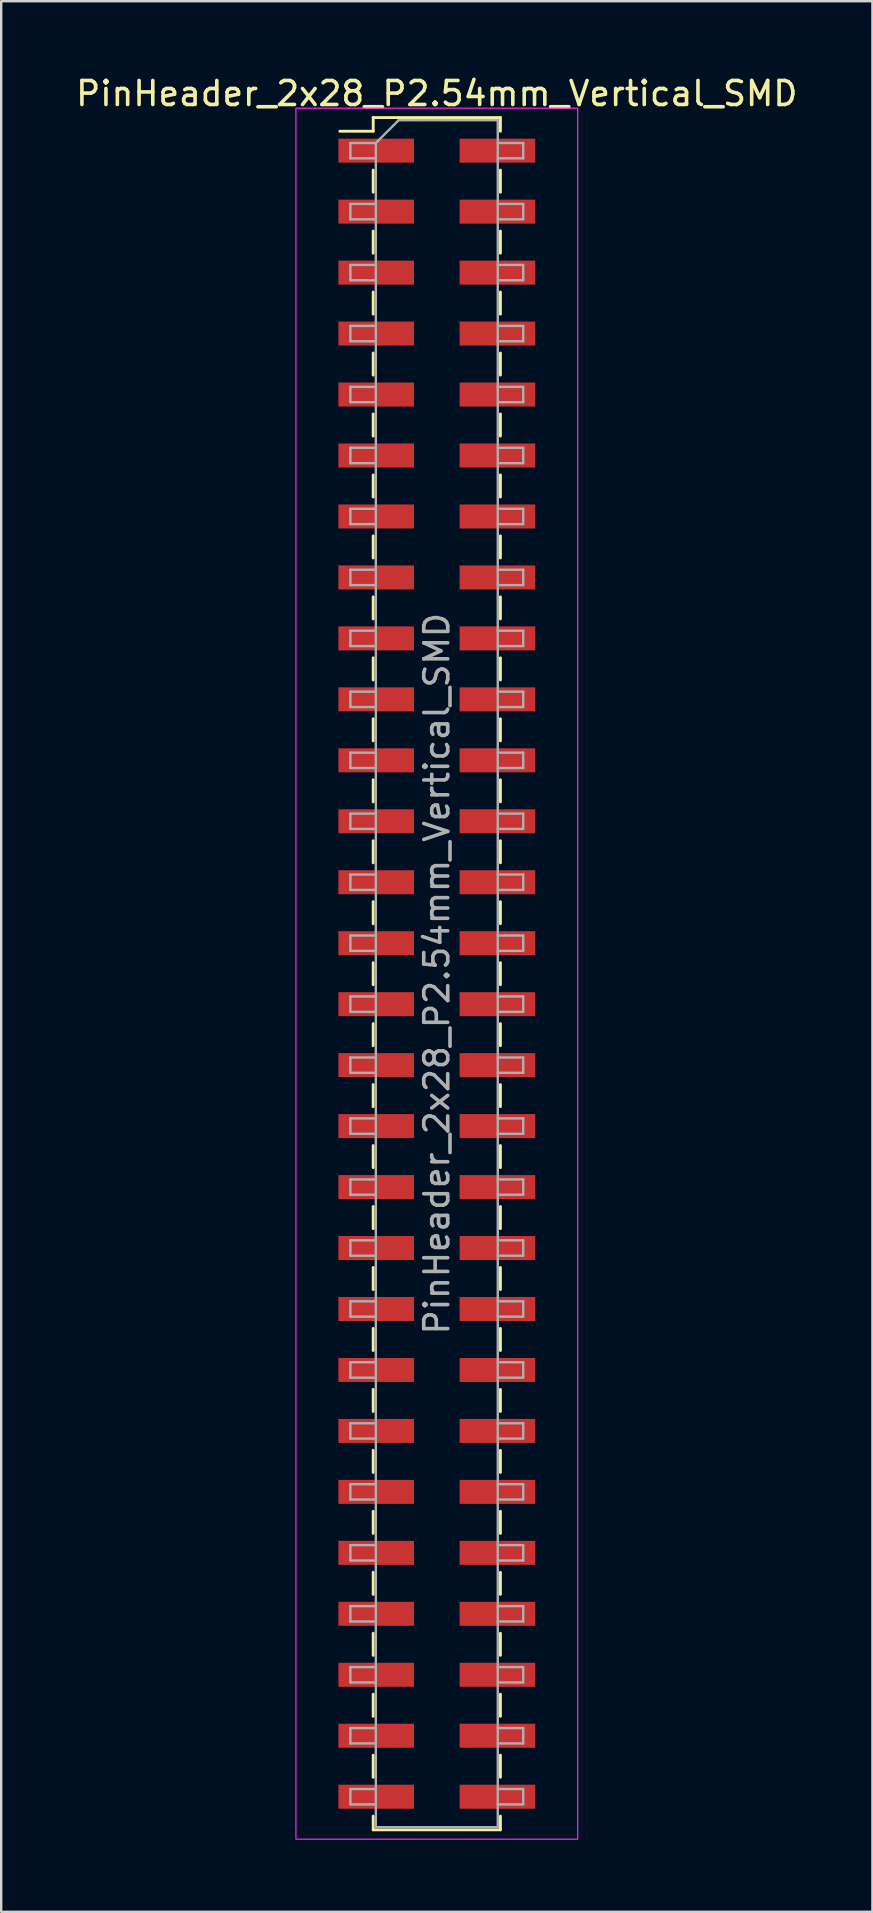
<source format=kicad_pcb>
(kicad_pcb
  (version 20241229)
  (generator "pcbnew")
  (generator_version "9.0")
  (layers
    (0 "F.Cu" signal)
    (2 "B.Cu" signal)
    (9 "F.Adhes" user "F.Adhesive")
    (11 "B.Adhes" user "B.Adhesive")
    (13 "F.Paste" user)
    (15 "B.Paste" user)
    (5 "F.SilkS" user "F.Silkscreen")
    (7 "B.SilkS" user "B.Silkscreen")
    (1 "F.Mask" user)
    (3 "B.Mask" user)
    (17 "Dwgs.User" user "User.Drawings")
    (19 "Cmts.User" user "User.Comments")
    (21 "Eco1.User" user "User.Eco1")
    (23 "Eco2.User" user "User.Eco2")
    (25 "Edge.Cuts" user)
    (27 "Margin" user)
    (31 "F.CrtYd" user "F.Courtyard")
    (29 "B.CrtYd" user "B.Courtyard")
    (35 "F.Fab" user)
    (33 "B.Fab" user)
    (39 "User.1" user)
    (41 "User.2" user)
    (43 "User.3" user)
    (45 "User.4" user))
  (footprint "PinHeader_2x28_P2.54mm_Vertical_SMD"
    (layer "F.Cu")
    (at 15.149 37.518)
    (property "Reference" "PinHeader_2x28_P2.54mm_Vertical_SMD" (at 0 -36.67 0) (layer "F.SilkS") (effects (font (size 1 1) (thickness 0.15))))
    (attr smd)
    (fp_line (start -4.04 -35.1) (end -2.65 -35.1) (stroke (width 0.12) (type solid)) (layer "F.SilkS"))
    (fp_line (start -2.65 -35.67) (end -2.65 -35.1) (stroke (width 0.12) (type solid)) (layer "F.SilkS"))
    (fp_line (start -2.65 -35.67) (end 2.65 -35.67) (stroke (width 0.12) (type solid)) (layer "F.SilkS"))
    (fp_line (start -2.65 -33.48) (end -2.65 -32.56) (stroke (width 0.12) (type solid)) (layer "F.SilkS"))
    (fp_line (start -2.65 -30.94) (end -2.65 -30.02) (stroke (width 0.12) (type solid)) (layer "F.SilkS"))
    (fp_line (start -2.65 -28.4) (end -2.65 -27.48) (stroke (width 0.12) (type solid)) (layer "F.SilkS"))
    (fp_line (start -2.65 -25.86) (end -2.65 -24.94) (stroke (width 0.12) (type solid)) (layer "F.SilkS"))
    (fp_line (start -2.65 -23.32) (end -2.65 -22.4) (stroke (width 0.12) (type solid)) (layer "F.SilkS"))
    (fp_line (start -2.65 -20.78) (end -2.65 -19.86) (stroke (width 0.12) (type solid)) (layer "F.SilkS"))
    (fp_line (start -2.65 -18.24) (end -2.65 -17.32) (stroke (width 0.12) (type solid)) (layer "F.SilkS"))
    (fp_line (start -2.65 -15.7) (end -2.65 -14.78) (stroke (width 0.12) (type solid)) (layer "F.SilkS"))
    (fp_line (start -2.65 -13.16) (end -2.65 -12.24) (stroke (width 0.12) (type solid)) (layer "F.SilkS"))
    (fp_line (start -2.65 -10.62) (end -2.65 -9.7) (stroke (width 0.12) (type solid)) (layer "F.SilkS"))
    (fp_line (start -2.65 -8.08) (end -2.65 -7.16) (stroke (width 0.12) (type solid)) (layer "F.SilkS"))
    (fp_line (start -2.65 -5.54) (end -2.65 -4.62) (stroke (width 0.12) (type solid)) (layer "F.SilkS"))
    (fp_line (start -2.65 -3) (end -2.65 -2.08) (stroke (width 0.12) (type solid)) (layer "F.SilkS"))
    (fp_line (start -2.65 -0.46) (end -2.65 0.46) (stroke (width 0.12) (type solid)) (layer "F.SilkS"))
    (fp_line (start -2.65 2.08) (end -2.65 3) (stroke (width 0.12) (type solid)) (layer "F.SilkS"))
    (fp_line (start -2.65 4.62) (end -2.65 5.54) (stroke (width 0.12) (type solid)) (layer "F.SilkS"))
    (fp_line (start -2.65 7.16) (end -2.65 8.08) (stroke (width 0.12) (type solid)) (layer "F.SilkS"))
    (fp_line (start -2.65 9.7) (end -2.65 10.62) (stroke (width 0.12) (type solid)) (layer "F.SilkS"))
    (fp_line (start -2.65 12.24) (end -2.65 13.16) (stroke (width 0.12) (type solid)) (layer "F.SilkS"))
    (fp_line (start -2.65 14.78) (end -2.65 15.7) (stroke (width 0.12) (type solid)) (layer "F.SilkS"))
    (fp_line (start -2.65 17.32) (end -2.65 18.24) (stroke (width 0.12) (type solid)) (layer "F.SilkS"))
    (fp_line (start -2.65 19.86) (end -2.65 20.78) (stroke (width 0.12) (type solid)) (layer "F.SilkS"))
    (fp_line (start -2.65 22.4) (end -2.65 23.32) (stroke (width 0.12) (type solid)) (layer "F.SilkS"))
    (fp_line (start -2.65 24.94) (end -2.65 25.86) (stroke (width 0.12) (type solid)) (layer "F.SilkS"))
    (fp_line (start -2.65 27.48) (end -2.65 28.4) (stroke (width 0.12) (type solid)) (layer "F.SilkS"))
    (fp_line (start -2.65 30.02) (end -2.65 30.94) (stroke (width 0.12) (type solid)) (layer "F.SilkS"))
    (fp_line (start -2.65 32.56) (end -2.65 33.48) (stroke (width 0.12) (type solid)) (layer "F.SilkS"))
    (fp_line (start -2.65 35.1) (end -2.65 35.67) (stroke (width 0.12) (type solid)) (layer "F.SilkS"))
    (fp_line (start -2.65 35.67) (end 2.65 35.67) (stroke (width 0.12) (type solid)) (layer "F.SilkS"))
    (fp_line (start 2.65 -35.67) (end 2.65 -35.1) (stroke (width 0.12) (type solid)) (layer "F.SilkS"))
    (fp_line (start 2.65 -33.48) (end 2.65 -32.56) (stroke (width 0.12) (type solid)) (layer "F.SilkS"))
    (fp_line (start 2.65 -30.94) (end 2.65 -30.02) (stroke (width 0.12) (type solid)) (layer "F.SilkS"))
    (fp_line (start 2.65 -28.4) (end 2.65 -27.48) (stroke (width 0.12) (type solid)) (layer "F.SilkS"))
    (fp_line (start 2.65 -25.86) (end 2.65 -24.94) (stroke (width 0.12) (type solid)) (layer "F.SilkS"))
    (fp_line (start 2.65 -23.32) (end 2.65 -22.4) (stroke (width 0.12) (type solid)) (layer "F.SilkS"))
    (fp_line (start 2.65 -20.78) (end 2.65 -19.86) (stroke (width 0.12) (type solid)) (layer "F.SilkS"))
    (fp_line (start 2.65 -18.24) (end 2.65 -17.32) (stroke (width 0.12) (type solid)) (layer "F.SilkS"))
    (fp_line (start 2.65 -15.7) (end 2.65 -14.78) (stroke (width 0.12) (type solid)) (layer "F.SilkS"))
    (fp_line (start 2.65 -13.16) (end 2.65 -12.24) (stroke (width 0.12) (type solid)) (layer "F.SilkS"))
    (fp_line (start 2.65 -10.62) (end 2.65 -9.7) (stroke (width 0.12) (type solid)) (layer "F.SilkS"))
    (fp_line (start 2.65 -8.08) (end 2.65 -7.16) (stroke (width 0.12) (type solid)) (layer "F.SilkS"))
    (fp_line (start 2.65 -5.54) (end 2.65 -4.62) (stroke (width 0.12) (type solid)) (layer "F.SilkS"))
    (fp_line (start 2.65 -3) (end 2.65 -2.08) (stroke (width 0.12) (type solid)) (layer "F.SilkS"))
    (fp_line (start 2.65 -0.46) (end 2.65 0.46) (stroke (width 0.12) (type solid)) (layer "F.SilkS"))
    (fp_line (start 2.65 2.08) (end 2.65 3) (stroke (width 0.12) (type solid)) (layer "F.SilkS"))
    (fp_line (start 2.65 4.62) (end 2.65 5.54) (stroke (width 0.12) (type solid)) (layer "F.SilkS"))
    (fp_line (start 2.65 7.16) (end 2.65 8.08) (stroke (width 0.12) (type solid)) (layer "F.SilkS"))
    (fp_line (start 2.65 9.7) (end 2.65 10.62) (stroke (width 0.12) (type solid)) (layer "F.SilkS"))
    (fp_line (start 2.65 12.24) (end 2.65 13.16) (stroke (width 0.12) (type solid)) (layer "F.SilkS"))
    (fp_line (start 2.65 14.78) (end 2.65 15.7) (stroke (width 0.12) (type solid)) (layer "F.SilkS"))
    (fp_line (start 2.65 17.32) (end 2.65 18.24) (stroke (width 0.12) (type solid)) (layer "F.SilkS"))
    (fp_line (start 2.65 19.86) (end 2.65 20.78) (stroke (width 0.12) (type solid)) (layer "F.SilkS"))
    (fp_line (start 2.65 22.4) (end 2.65 23.32) (stroke (width 0.12) (type solid)) (layer "F.SilkS"))
    (fp_line (start 2.65 24.94) (end 2.65 25.86) (stroke (width 0.12) (type solid)) (layer "F.SilkS"))
    (fp_line (start 2.65 27.48) (end 2.65 28.4) (stroke (width 0.12) (type solid)) (layer "F.SilkS"))
    (fp_line (start 2.65 30.02) (end 2.65 30.94) (stroke (width 0.12) (type solid)) (layer "F.SilkS"))
    (fp_line (start 2.65 32.56) (end 2.65 33.48) (stroke (width 0.12) (type solid)) (layer "F.SilkS"))
    (fp_line (start 2.65 35.1) (end 2.65 35.67) (stroke (width 0.12) (type solid)) (layer "F.SilkS"))
    (fp_rect (start -5.87 -36.06) (end 5.87 36.06) (stroke (width 0.05) (type solid)) (fill no) (layer "F.CrtYd"))
    (fp_line (start -3.6 -34.61) (end -3.6 -33.97) (stroke (width 0.1) (type solid)) (layer "F.Fab"))
    (fp_line (start -3.6 -33.97) (end -2.54 -33.97) (stroke (width 0.1) (type solid)) (layer "F.Fab"))
    (fp_line (start -3.6 -32.07) (end -3.6 -31.43) (stroke (width 0.1) (type solid)) (layer "F.Fab"))
    (fp_line (start -3.6 -31.43) (end -2.54 -31.43) (stroke (width 0.1) (type solid)) (layer "F.Fab"))
    (fp_line (start -3.6 -29.53) (end -3.6 -28.89) (stroke (width 0.1) (type solid)) (layer "F.Fab"))
    (fp_line (start -3.6 -28.89) (end -2.54 -28.89) (stroke (width 0.1) (type solid)) (layer "F.Fab"))
    (fp_line (start -3.6 -26.99) (end -3.6 -26.35) (stroke (width 0.1) (type solid)) (layer "F.Fab"))
    (fp_line (start -3.6 -26.35) (end -2.54 -26.35) (stroke (width 0.1) (type solid)) (layer "F.Fab"))
    (fp_line (start -3.6 -24.45) (end -3.6 -23.81) (stroke (width 0.1) (type solid)) (layer "F.Fab"))
    (fp_line (start -3.6 -23.81) (end -2.54 -23.81) (stroke (width 0.1) (type solid)) (layer "F.Fab"))
    (fp_line (start -3.6 -21.91) (end -3.6 -21.27) (stroke (width 0.1) (type solid)) (layer "F.Fab"))
    (fp_line (start -3.6 -21.27) (end -2.54 -21.27) (stroke (width 0.1) (type solid)) (layer "F.Fab"))
    (fp_line (start -3.6 -19.37) (end -3.6 -18.73) (stroke (width 0.1) (type solid)) (layer "F.Fab"))
    (fp_line (start -3.6 -18.73) (end -2.54 -18.73) (stroke (width 0.1) (type solid)) (layer "F.Fab"))
    (fp_line (start -3.6 -16.83) (end -3.6 -16.19) (stroke (width 0.1) (type solid)) (layer "F.Fab"))
    (fp_line (start -3.6 -16.19) (end -2.54 -16.19) (stroke (width 0.1) (type solid)) (layer "F.Fab"))
    (fp_line (start -3.6 -14.29) (end -3.6 -13.65) (stroke (width 0.1) (type solid)) (layer "F.Fab"))
    (fp_line (start -3.6 -13.65) (end -2.54 -13.65) (stroke (width 0.1) (type solid)) (layer "F.Fab"))
    (fp_line (start -3.6 -11.75) (end -3.6 -11.11) (stroke (width 0.1) (type solid)) (layer "F.Fab"))
    (fp_line (start -3.6 -11.11) (end -2.54 -11.11) (stroke (width 0.1) (type solid)) (layer "F.Fab"))
    (fp_line (start -3.6 -9.21) (end -3.6 -8.57) (stroke (width 0.1) (type solid)) (layer "F.Fab"))
    (fp_line (start -3.6 -8.57) (end -2.54 -8.57) (stroke (width 0.1) (type solid)) (layer "F.Fab"))
    (fp_line (start -3.6 -6.67) (end -3.6 -6.03) (stroke (width 0.1) (type solid)) (layer "F.Fab"))
    (fp_line (start -3.6 -6.03) (end -2.54 -6.03) (stroke (width 0.1) (type solid)) (layer "F.Fab"))
    (fp_line (start -3.6 -4.13) (end -3.6 -3.49) (stroke (width 0.1) (type solid)) (layer "F.Fab"))
    (fp_line (start -3.6 -3.49) (end -2.54 -3.49) (stroke (width 0.1) (type solid)) (layer "F.Fab"))
    (fp_line (start -3.6 -1.59) (end -3.6 -0.95) (stroke (width 0.1) (type solid)) (layer "F.Fab"))
    (fp_line (start -3.6 -0.95) (end -2.54 -0.95) (stroke (width 0.1) (type solid)) (layer "F.Fab"))
    (fp_line (start -3.6 0.95) (end -3.6 1.59) (stroke (width 0.1) (type solid)) (layer "F.Fab"))
    (fp_line (start -3.6 1.59) (end -2.54 1.59) (stroke (width 0.1) (type solid)) (layer "F.Fab"))
    (fp_line (start -3.6 3.49) (end -3.6 4.13) (stroke (width 0.1) (type solid)) (layer "F.Fab"))
    (fp_line (start -3.6 4.13) (end -2.54 4.13) (stroke (width 0.1) (type solid)) (layer "F.Fab"))
    (fp_line (start -3.6 6.03) (end -3.6 6.67) (stroke (width 0.1) (type solid)) (layer "F.Fab"))
    (fp_line (start -3.6 6.67) (end -2.54 6.67) (stroke (width 0.1) (type solid)) (layer "F.Fab"))
    (fp_line (start -3.6 8.57) (end -3.6 9.21) (stroke (width 0.1) (type solid)) (layer "F.Fab"))
    (fp_line (start -3.6 9.21) (end -2.54 9.21) (stroke (width 0.1) (type solid)) (layer "F.Fab"))
    (fp_line (start -3.6 11.11) (end -3.6 11.75) (stroke (width 0.1) (type solid)) (layer "F.Fab"))
    (fp_line (start -3.6 11.75) (end -2.54 11.75) (stroke (width 0.1) (type solid)) (layer "F.Fab"))
    (fp_line (start -3.6 13.65) (end -3.6 14.29) (stroke (width 0.1) (type solid)) (layer "F.Fab"))
    (fp_line (start -3.6 14.29) (end -2.54 14.29) (stroke (width 0.1) (type solid)) (layer "F.Fab"))
    (fp_line (start -3.6 16.19) (end -3.6 16.83) (stroke (width 0.1) (type solid)) (layer "F.Fab"))
    (fp_line (start -3.6 16.83) (end -2.54 16.83) (stroke (width 0.1) (type solid)) (layer "F.Fab"))
    (fp_line (start -3.6 18.73) (end -3.6 19.37) (stroke (width 0.1) (type solid)) (layer "F.Fab"))
    (fp_line (start -3.6 19.37) (end -2.54 19.37) (stroke (width 0.1) (type solid)) (layer "F.Fab"))
    (fp_line (start -3.6 21.27) (end -3.6 21.91) (stroke (width 0.1) (type solid)) (layer "F.Fab"))
    (fp_line (start -3.6 21.91) (end -2.54 21.91) (stroke (width 0.1) (type solid)) (layer "F.Fab"))
    (fp_line (start -3.6 23.81) (end -3.6 24.45) (stroke (width 0.1) (type solid)) (layer "F.Fab"))
    (fp_line (start -3.6 24.45) (end -2.54 24.45) (stroke (width 0.1) (type solid)) (layer "F.Fab"))
    (fp_line (start -3.6 26.35) (end -3.6 26.99) (stroke (width 0.1) (type solid)) (layer "F.Fab"))
    (fp_line (start -3.6 26.99) (end -2.54 26.99) (stroke (width 0.1) (type solid)) (layer "F.Fab"))
    (fp_line (start -3.6 28.89) (end -3.6 29.53) (stroke (width 0.1) (type solid)) (layer "F.Fab"))
    (fp_line (start -3.6 29.53) (end -2.54 29.53) (stroke (width 0.1) (type solid)) (layer "F.Fab"))
    (fp_line (start -3.6 31.43) (end -3.6 32.07) (stroke (width 0.1) (type solid)) (layer "F.Fab"))
    (fp_line (start -3.6 32.07) (end -2.54 32.07) (stroke (width 0.1) (type solid)) (layer "F.Fab"))
    (fp_line (start -3.6 33.97) (end -3.6 34.61) (stroke (width 0.1) (type solid)) (layer "F.Fab"))
    (fp_line (start -3.6 34.61) (end -2.54 34.61) (stroke (width 0.1) (type solid)) (layer "F.Fab"))
    (fp_line (start -2.54 -34.61) (end -3.6 -34.61) (stroke (width 0.1) (type solid)) (layer "F.Fab"))
    (fp_line (start -2.54 -34.61) (end -1.59 -35.56) (stroke (width 0.1) (type solid)) (layer "F.Fab"))
    (fp_line (start -2.54 -32.07) (end -3.6 -32.07) (stroke (width 0.1) (type solid)) (layer "F.Fab"))
    (fp_line (start -2.54 -29.53) (end -3.6 -29.53) (stroke (width 0.1) (type solid)) (layer "F.Fab"))
    (fp_line (start -2.54 -26.99) (end -3.6 -26.99) (stroke (width 0.1) (type solid)) (layer "F.Fab"))
    (fp_line (start -2.54 -24.45) (end -3.6 -24.45) (stroke (width 0.1) (type solid)) (layer "F.Fab"))
    (fp_line (start -2.54 -21.91) (end -3.6 -21.91) (stroke (width 0.1) (type solid)) (layer "F.Fab"))
    (fp_line (start -2.54 -19.37) (end -3.6 -19.37) (stroke (width 0.1) (type solid)) (layer "F.Fab"))
    (fp_line (start -2.54 -16.83) (end -3.6 -16.83) (stroke (width 0.1) (type solid)) (layer "F.Fab"))
    (fp_line (start -2.54 -14.29) (end -3.6 -14.29) (stroke (width 0.1) (type solid)) (layer "F.Fab"))
    (fp_line (start -2.54 -11.75) (end -3.6 -11.75) (stroke (width 0.1) (type solid)) (layer "F.Fab"))
    (fp_line (start -2.54 -9.21) (end -3.6 -9.21) (stroke (width 0.1) (type solid)) (layer "F.Fab"))
    (fp_line (start -2.54 -6.67) (end -3.6 -6.67) (stroke (width 0.1) (type solid)) (layer "F.Fab"))
    (fp_line (start -2.54 -4.13) (end -3.6 -4.13) (stroke (width 0.1) (type solid)) (layer "F.Fab"))
    (fp_line (start -2.54 -1.59) (end -3.6 -1.59) (stroke (width 0.1) (type solid)) (layer "F.Fab"))
    (fp_line (start -2.54 0.95) (end -3.6 0.95) (stroke (width 0.1) (type solid)) (layer "F.Fab"))
    (fp_line (start -2.54 3.49) (end -3.6 3.49) (stroke (width 0.1) (type solid)) (layer "F.Fab"))
    (fp_line (start -2.54 6.03) (end -3.6 6.03) (stroke (width 0.1) (type solid)) (layer "F.Fab"))
    (fp_line (start -2.54 8.57) (end -3.6 8.57) (stroke (width 0.1) (type solid)) (layer "F.Fab"))
    (fp_line (start -2.54 11.11) (end -3.6 11.11) (stroke (width 0.1) (type solid)) (layer "F.Fab"))
    (fp_line (start -2.54 13.65) (end -3.6 13.65) (stroke (width 0.1) (type solid)) (layer "F.Fab"))
    (fp_line (start -2.54 16.19) (end -3.6 16.19) (stroke (width 0.1) (type solid)) (layer "F.Fab"))
    (fp_line (start -2.54 18.73) (end -3.6 18.73) (stroke (width 0.1) (type solid)) (layer "F.Fab"))
    (fp_line (start -2.54 21.27) (end -3.6 21.27) (stroke (width 0.1) (type solid)) (layer "F.Fab"))
    (fp_line (start -2.54 23.81) (end -3.6 23.81) (stroke (width 0.1) (type solid)) (layer "F.Fab"))
    (fp_line (start -2.54 26.35) (end -3.6 26.35) (stroke (width 0.1) (type solid)) (layer "F.Fab"))
    (fp_line (start -2.54 28.89) (end -3.6 28.89) (stroke (width 0.1) (type solid)) (layer "F.Fab"))
    (fp_line (start -2.54 31.43) (end -3.6 31.43) (stroke (width 0.1) (type solid)) (layer "F.Fab"))
    (fp_line (start -2.54 33.97) (end -3.6 33.97) (stroke (width 0.1) (type solid)) (layer "F.Fab"))
    (fp_line (start -2.54 35.56) (end -2.54 -34.61) (stroke (width 0.1) (type solid)) (layer "F.Fab"))
    (fp_line (start -1.59 -35.56) (end 2.54 -35.56) (stroke (width 0.1) (type solid)) (layer "F.Fab"))
    (fp_line (start 2.54 -35.56) (end 2.54 35.56) (stroke (width 0.1) (type solid)) (layer "F.Fab"))
    (fp_line (start 2.54 -34.61) (end 3.6 -34.61) (stroke (width 0.1) (type solid)) (layer "F.Fab"))
    (fp_line (start 2.54 -32.07) (end 3.6 -32.07) (stroke (width 0.1) (type solid)) (layer "F.Fab"))
    (fp_line (start 2.54 -29.53) (end 3.6 -29.53) (stroke (width 0.1) (type solid)) (layer "F.Fab"))
    (fp_line (start 2.54 -26.99) (end 3.6 -26.99) (stroke (width 0.1) (type solid)) (layer "F.Fab"))
    (fp_line (start 2.54 -24.45) (end 3.6 -24.45) (stroke (width 0.1) (type solid)) (layer "F.Fab"))
    (fp_line (start 2.54 -21.91) (end 3.6 -21.91) (stroke (width 0.1) (type solid)) (layer "F.Fab"))
    (fp_line (start 2.54 -19.37) (end 3.6 -19.37) (stroke (width 0.1) (type solid)) (layer "F.Fab"))
    (fp_line (start 2.54 -16.83) (end 3.6 -16.83) (stroke (width 0.1) (type solid)) (layer "F.Fab"))
    (fp_line (start 2.54 -14.29) (end 3.6 -14.29) (stroke (width 0.1) (type solid)) (layer "F.Fab"))
    (fp_line (start 2.54 -11.75) (end 3.6 -11.75) (stroke (width 0.1) (type solid)) (layer "F.Fab"))
    (fp_line (start 2.54 -9.21) (end 3.6 -9.21) (stroke (width 0.1) (type solid)) (layer "F.Fab"))
    (fp_line (start 2.54 -6.67) (end 3.6 -6.67) (stroke (width 0.1) (type solid)) (layer "F.Fab"))
    (fp_line (start 2.54 -4.13) (end 3.6 -4.13) (stroke (width 0.1) (type solid)) (layer "F.Fab"))
    (fp_line (start 2.54 -1.59) (end 3.6 -1.59) (stroke (width 0.1) (type solid)) (layer "F.Fab"))
    (fp_line (start 2.54 0.95) (end 3.6 0.95) (stroke (width 0.1) (type solid)) (layer "F.Fab"))
    (fp_line (start 2.54 3.49) (end 3.6 3.49) (stroke (width 0.1) (type solid)) (layer "F.Fab"))
    (fp_line (start 2.54 6.03) (end 3.6 6.03) (stroke (width 0.1) (type solid)) (layer "F.Fab"))
    (fp_line (start 2.54 8.57) (end 3.6 8.57) (stroke (width 0.1) (type solid)) (layer "F.Fab"))
    (fp_line (start 2.54 11.11) (end 3.6 11.11) (stroke (width 0.1) (type solid)) (layer "F.Fab"))
    (fp_line (start 2.54 13.65) (end 3.6 13.65) (stroke (width 0.1) (type solid)) (layer "F.Fab"))
    (fp_line (start 2.54 16.19) (end 3.6 16.19) (stroke (width 0.1) (type solid)) (layer "F.Fab"))
    (fp_line (start 2.54 18.73) (end 3.6 18.73) (stroke (width 0.1) (type solid)) (layer "F.Fab"))
    (fp_line (start 2.54 21.27) (end 3.6 21.27) (stroke (width 0.1) (type solid)) (layer "F.Fab"))
    (fp_line (start 2.54 23.81) (end 3.6 23.81) (stroke (width 0.1) (type solid)) (layer "F.Fab"))
    (fp_line (start 2.54 26.35) (end 3.6 26.35) (stroke (width 0.1) (type solid)) (layer "F.Fab"))
    (fp_line (start 2.54 28.89) (end 3.6 28.89) (stroke (width 0.1) (type solid)) (layer "F.Fab"))
    (fp_line (start 2.54 31.43) (end 3.6 31.43) (stroke (width 0.1) (type solid)) (layer "F.Fab"))
    (fp_line (start 2.54 33.97) (end 3.6 33.97) (stroke (width 0.1) (type solid)) (layer "F.Fab"))
    (fp_line (start 2.54 35.56) (end -2.54 35.56) (stroke (width 0.1) (type solid)) (layer "F.Fab"))
    (fp_line (start 3.6 -34.61) (end 3.6 -33.97) (stroke (width 0.1) (type solid)) (layer "F.Fab"))
    (fp_line (start 3.6 -33.97) (end 2.54 -33.97) (stroke (width 0.1) (type solid)) (layer "F.Fab"))
    (fp_line (start 3.6 -32.07) (end 3.6 -31.43) (stroke (width 0.1) (type solid)) (layer "F.Fab"))
    (fp_line (start 3.6 -31.43) (end 2.54 -31.43) (stroke (width 0.1) (type solid)) (layer "F.Fab"))
    (fp_line (start 3.6 -29.53) (end 3.6 -28.89) (stroke (width 0.1) (type solid)) (layer "F.Fab"))
    (fp_line (start 3.6 -28.89) (end 2.54 -28.89) (stroke (width 0.1) (type solid)) (layer "F.Fab"))
    (fp_line (start 3.6 -26.99) (end 3.6 -26.35) (stroke (width 0.1) (type solid)) (layer "F.Fab"))
    (fp_line (start 3.6 -26.35) (end 2.54 -26.35) (stroke (width 0.1) (type solid)) (layer "F.Fab"))
    (fp_line (start 3.6 -24.45) (end 3.6 -23.81) (stroke (width 0.1) (type solid)) (layer "F.Fab"))
    (fp_line (start 3.6 -23.81) (end 2.54 -23.81) (stroke (width 0.1) (type solid)) (layer "F.Fab"))
    (fp_line (start 3.6 -21.91) (end 3.6 -21.27) (stroke (width 0.1) (type solid)) (layer "F.Fab"))
    (fp_line (start 3.6 -21.27) (end 2.54 -21.27) (stroke (width 0.1) (type solid)) (layer "F.Fab"))
    (fp_line (start 3.6 -19.37) (end 3.6 -18.73) (stroke (width 0.1) (type solid)) (layer "F.Fab"))
    (fp_line (start 3.6 -18.73) (end 2.54 -18.73) (stroke (width 0.1) (type solid)) (layer "F.Fab"))
    (fp_line (start 3.6 -16.83) (end 3.6 -16.19) (stroke (width 0.1) (type solid)) (layer "F.Fab"))
    (fp_line (start 3.6 -16.19) (end 2.54 -16.19) (stroke (width 0.1) (type solid)) (layer "F.Fab"))
    (fp_line (start 3.6 -14.29) (end 3.6 -13.65) (stroke (width 0.1) (type solid)) (layer "F.Fab"))
    (fp_line (start 3.6 -13.65) (end 2.54 -13.65) (stroke (width 0.1) (type solid)) (layer "F.Fab"))
    (fp_line (start 3.6 -11.75) (end 3.6 -11.11) (stroke (width 0.1) (type solid)) (layer "F.Fab"))
    (fp_line (start 3.6 -11.11) (end 2.54 -11.11) (stroke (width 0.1) (type solid)) (layer "F.Fab"))
    (fp_line (start 3.6 -9.21) (end 3.6 -8.57) (stroke (width 0.1) (type solid)) (layer "F.Fab"))
    (fp_line (start 3.6 -8.57) (end 2.54 -8.57) (stroke (width 0.1) (type solid)) (layer "F.Fab"))
    (fp_line (start 3.6 -6.67) (end 3.6 -6.03) (stroke (width 0.1) (type solid)) (layer "F.Fab"))
    (fp_line (start 3.6 -6.03) (end 2.54 -6.03) (stroke (width 0.1) (type solid)) (layer "F.Fab"))
    (fp_line (start 3.6 -4.13) (end 3.6 -3.49) (stroke (width 0.1) (type solid)) (layer "F.Fab"))
    (fp_line (start 3.6 -3.49) (end 2.54 -3.49) (stroke (width 0.1) (type solid)) (layer "F.Fab"))
    (fp_line (start 3.6 -1.59) (end 3.6 -0.95) (stroke (width 0.1) (type solid)) (layer "F.Fab"))
    (fp_line (start 3.6 -0.95) (end 2.54 -0.95) (stroke (width 0.1) (type solid)) (layer "F.Fab"))
    (fp_line (start 3.6 0.95) (end 3.6 1.59) (stroke (width 0.1) (type solid)) (layer "F.Fab"))
    (fp_line (start 3.6 1.59) (end 2.54 1.59) (stroke (width 0.1) (type solid)) (layer "F.Fab"))
    (fp_line (start 3.6 3.49) (end 3.6 4.13) (stroke (width 0.1) (type solid)) (layer "F.Fab"))
    (fp_line (start 3.6 4.13) (end 2.54 4.13) (stroke (width 0.1) (type solid)) (layer "F.Fab"))
    (fp_line (start 3.6 6.03) (end 3.6 6.67) (stroke (width 0.1) (type solid)) (layer "F.Fab"))
    (fp_line (start 3.6 6.67) (end 2.54 6.67) (stroke (width 0.1) (type solid)) (layer "F.Fab"))
    (fp_line (start 3.6 8.57) (end 3.6 9.21) (stroke (width 0.1) (type solid)) (layer "F.Fab"))
    (fp_line (start 3.6 9.21) (end 2.54 9.21) (stroke (width 0.1) (type solid)) (layer "F.Fab"))
    (fp_line (start 3.6 11.11) (end 3.6 11.75) (stroke (width 0.1) (type solid)) (layer "F.Fab"))
    (fp_line (start 3.6 11.75) (end 2.54 11.75) (stroke (width 0.1) (type solid)) (layer "F.Fab"))
    (fp_line (start 3.6 13.65) (end 3.6 14.29) (stroke (width 0.1) (type solid)) (layer "F.Fab"))
    (fp_line (start 3.6 14.29) (end 2.54 14.29) (stroke (width 0.1) (type solid)) (layer "F.Fab"))
    (fp_line (start 3.6 16.19) (end 3.6 16.83) (stroke (width 0.1) (type solid)) (layer "F.Fab"))
    (fp_line (start 3.6 16.83) (end 2.54 16.83) (stroke (width 0.1) (type solid)) (layer "F.Fab"))
    (fp_line (start 3.6 18.73) (end 3.6 19.37) (stroke (width 0.1) (type solid)) (layer "F.Fab"))
    (fp_line (start 3.6 19.37) (end 2.54 19.37) (stroke (width 0.1) (type solid)) (layer "F.Fab"))
    (fp_line (start 3.6 21.27) (end 3.6 21.91) (stroke (width 0.1) (type solid)) (layer "F.Fab"))
    (fp_line (start 3.6 21.91) (end 2.54 21.91) (stroke (width 0.1) (type solid)) (layer "F.Fab"))
    (fp_line (start 3.6 23.81) (end 3.6 24.45) (stroke (width 0.1) (type solid)) (layer "F.Fab"))
    (fp_line (start 3.6 24.45) (end 2.54 24.45) (stroke (width 0.1) (type solid)) (layer "F.Fab"))
    (fp_line (start 3.6 26.35) (end 3.6 26.99) (stroke (width 0.1) (type solid)) (layer "F.Fab"))
    (fp_line (start 3.6 26.99) (end 2.54 26.99) (stroke (width 0.1) (type solid)) (layer "F.Fab"))
    (fp_line (start 3.6 28.89) (end 3.6 29.53) (stroke (width 0.1) (type solid)) (layer "F.Fab"))
    (fp_line (start 3.6 29.53) (end 2.54 29.53) (stroke (width 0.1) (type solid)) (layer "F.Fab"))
    (fp_line (start 3.6 31.43) (end 3.6 32.07) (stroke (width 0.1) (type solid)) (layer "F.Fab"))
    (fp_line (start 3.6 32.07) (end 2.54 32.07) (stroke (width 0.1) (type solid)) (layer "F.Fab"))
    (fp_line (start 3.6 33.97) (end 3.6 34.61) (stroke (width 0.1) (type solid)) (layer "F.Fab"))
    (fp_line (start 3.6 34.61) (end 2.54 34.61) (stroke (width 0.1) (type solid)) (layer "F.Fab"))
    (fp_text user "${REFERENCE}" (at 0 0 90) (layer "F.Fab") (effects (font (size 1 1) (thickness 0.15))))
    (pad "1" smd rect (at -2.525 -34.29) (size 3.15 1) (layers "F.Cu" "F.Mask" "F.Paste"))
    (pad "2" smd rect (at 2.525 -34.29) (size 3.15 1) (layers "F.Cu" "F.Mask" "F.Paste"))
    (pad "3" smd rect (at -2.525 -31.75) (size 3.15 1) (layers "F.Cu" "F.Mask" "F.Paste"))
    (pad "4" smd rect (at 2.525 -31.75) (size 3.15 1) (layers "F.Cu" "F.Mask" "F.Paste"))
    (pad "5" smd rect (at -2.525 -29.21) (size 3.15 1) (layers "F.Cu" "F.Mask" "F.Paste"))
    (pad "6" smd rect (at 2.525 -29.21) (size 3.15 1) (layers "F.Cu" "F.Mask" "F.Paste"))
    (pad "7" smd rect (at -2.525 -26.67) (size 3.15 1) (layers "F.Cu" "F.Mask" "F.Paste"))
    (pad "8" smd rect (at 2.525 -26.67) (size 3.15 1) (layers "F.Cu" "F.Mask" "F.Paste"))
    (pad "9" smd rect (at -2.525 -24.13) (size 3.15 1) (layers "F.Cu" "F.Mask" "F.Paste"))
    (pad "10" smd rect (at 2.525 -24.13) (size 3.15 1) (layers "F.Cu" "F.Mask" "F.Paste"))
    (pad "11" smd rect (at -2.525 -21.59) (size 3.15 1) (layers "F.Cu" "F.Mask" "F.Paste"))
    (pad "12" smd rect (at 2.525 -21.59) (size 3.15 1) (layers "F.Cu" "F.Mask" "F.Paste"))
    (pad "13" smd rect (at -2.525 -19.05) (size 3.15 1) (layers "F.Cu" "F.Mask" "F.Paste"))
    (pad "14" smd rect (at 2.525 -19.05) (size 3.15 1) (layers "F.Cu" "F.Mask" "F.Paste"))
    (pad "15" smd rect (at -2.525 -16.51) (size 3.15 1) (layers "F.Cu" "F.Mask" "F.Paste"))
    (pad "16" smd rect (at 2.525 -16.51) (size 3.15 1) (layers "F.Cu" "F.Mask" "F.Paste"))
    (pad "17" smd rect (at -2.525 -13.97) (size 3.15 1) (layers "F.Cu" "F.Mask" "F.Paste"))
    (pad "18" smd rect (at 2.525 -13.97) (size 3.15 1) (layers "F.Cu" "F.Mask" "F.Paste"))
    (pad "19" smd rect (at -2.525 -11.43) (size 3.15 1) (layers "F.Cu" "F.Mask" "F.Paste"))
    (pad "20" smd rect (at 2.525 -11.43) (size 3.15 1) (layers "F.Cu" "F.Mask" "F.Paste"))
    (pad "21" smd rect (at -2.525 -8.89) (size 3.15 1) (layers "F.Cu" "F.Mask" "F.Paste"))
    (pad "22" smd rect (at 2.525 -8.89) (size 3.15 1) (layers "F.Cu" "F.Mask" "F.Paste"))
    (pad "23" smd rect (at -2.525 -6.35) (size 3.15 1) (layers "F.Cu" "F.Mask" "F.Paste"))
    (pad "24" smd rect (at 2.525 -6.35) (size 3.15 1) (layers "F.Cu" "F.Mask" "F.Paste"))
    (pad "25" smd rect (at -2.525 -3.81) (size 3.15 1) (layers "F.Cu" "F.Mask" "F.Paste"))
    (pad "26" smd rect (at 2.525 -3.81) (size 3.15 1) (layers "F.Cu" "F.Mask" "F.Paste"))
    (pad "27" smd rect (at -2.525 -1.27) (size 3.15 1) (layers "F.Cu" "F.Mask" "F.Paste"))
    (pad "28" smd rect (at 2.525 -1.27) (size 3.15 1) (layers "F.Cu" "F.Mask" "F.Paste"))
    (pad "29" smd rect (at -2.525 1.27) (size 3.15 1) (layers "F.Cu" "F.Mask" "F.Paste"))
    (pad "30" smd rect (at 2.525 1.27) (size 3.15 1) (layers "F.Cu" "F.Mask" "F.Paste"))
    (pad "31" smd rect (at -2.525 3.81) (size 3.15 1) (layers "F.Cu" "F.Mask" "F.Paste"))
    (pad "32" smd rect (at 2.525 3.81) (size 3.15 1) (layers "F.Cu" "F.Mask" "F.Paste"))
    (pad "33" smd rect (at -2.525 6.35) (size 3.15 1) (layers "F.Cu" "F.Mask" "F.Paste"))
    (pad "34" smd rect (at 2.525 6.35) (size 3.15 1) (layers "F.Cu" "F.Mask" "F.Paste"))
    (pad "35" smd rect (at -2.525 8.89) (size 3.15 1) (layers "F.Cu" "F.Mask" "F.Paste"))
    (pad "36" smd rect (at 2.525 8.89) (size 3.15 1) (layers "F.Cu" "F.Mask" "F.Paste"))
    (pad "37" smd rect (at -2.525 11.43) (size 3.15 1) (layers "F.Cu" "F.Mask" "F.Paste"))
    (pad "38" smd rect (at 2.525 11.43) (size 3.15 1) (layers "F.Cu" "F.Mask" "F.Paste"))
    (pad "39" smd rect (at -2.525 13.97) (size 3.15 1) (layers "F.Cu" "F.Mask" "F.Paste"))
    (pad "40" smd rect (at 2.525 13.97) (size 3.15 1) (layers "F.Cu" "F.Mask" "F.Paste"))
    (pad "41" smd rect (at -2.525 16.51) (size 3.15 1) (layers "F.Cu" "F.Mask" "F.Paste"))
    (pad "42" smd rect (at 2.525 16.51) (size 3.15 1) (layers "F.Cu" "F.Mask" "F.Paste"))
    (pad "43" smd rect (at -2.525 19.05) (size 3.15 1) (layers "F.Cu" "F.Mask" "F.Paste"))
    (pad "44" smd rect (at 2.525 19.05) (size 3.15 1) (layers "F.Cu" "F.Mask" "F.Paste"))
    (pad "45" smd rect (at -2.525 21.59) (size 3.15 1) (layers "F.Cu" "F.Mask" "F.Paste"))
    (pad "46" smd rect (at 2.525 21.59) (size 3.15 1) (layers "F.Cu" "F.Mask" "F.Paste"))
    (pad "47" smd rect (at -2.525 24.13) (size 3.15 1) (layers "F.Cu" "F.Mask" "F.Paste"))
    (pad "48" smd rect (at 2.525 24.13) (size 3.15 1) (layers "F.Cu" "F.Mask" "F.Paste"))
    (pad "49" smd rect (at -2.525 26.67) (size 3.15 1) (layers "F.Cu" "F.Mask" "F.Paste"))
    (pad "50" smd rect (at 2.525 26.67) (size 3.15 1) (layers "F.Cu" "F.Mask" "F.Paste"))
    (pad "51" smd rect (at -2.525 29.21) (size 3.15 1) (layers "F.Cu" "F.Mask" "F.Paste"))
    (pad "52" smd rect (at 2.525 29.21) (size 3.15 1) (layers "F.Cu" "F.Mask" "F.Paste"))
    (pad "53" smd rect (at -2.525 31.75) (size 3.15 1) (layers "F.Cu" "F.Mask" "F.Paste"))
    (pad "54" smd rect (at 2.525 31.75) (size 3.15 1) (layers "F.Cu" "F.Mask" "F.Paste"))
    (pad "55" smd rect (at -2.525 34.29) (size 3.15 1) (layers "F.Cu" "F.Mask" "F.Paste"))
    (pad "56" smd rect (at 2.525 34.29) (size 3.15 1) (layers "F.Cu" "F.Mask" "F.Paste")))
  (gr_rect
    (start -3 -3)
    (end 33.298 76.603)
    (stroke (width 0.1) (type default))
    (fill no)
    (layer "Edge.Cuts")))
</source>
